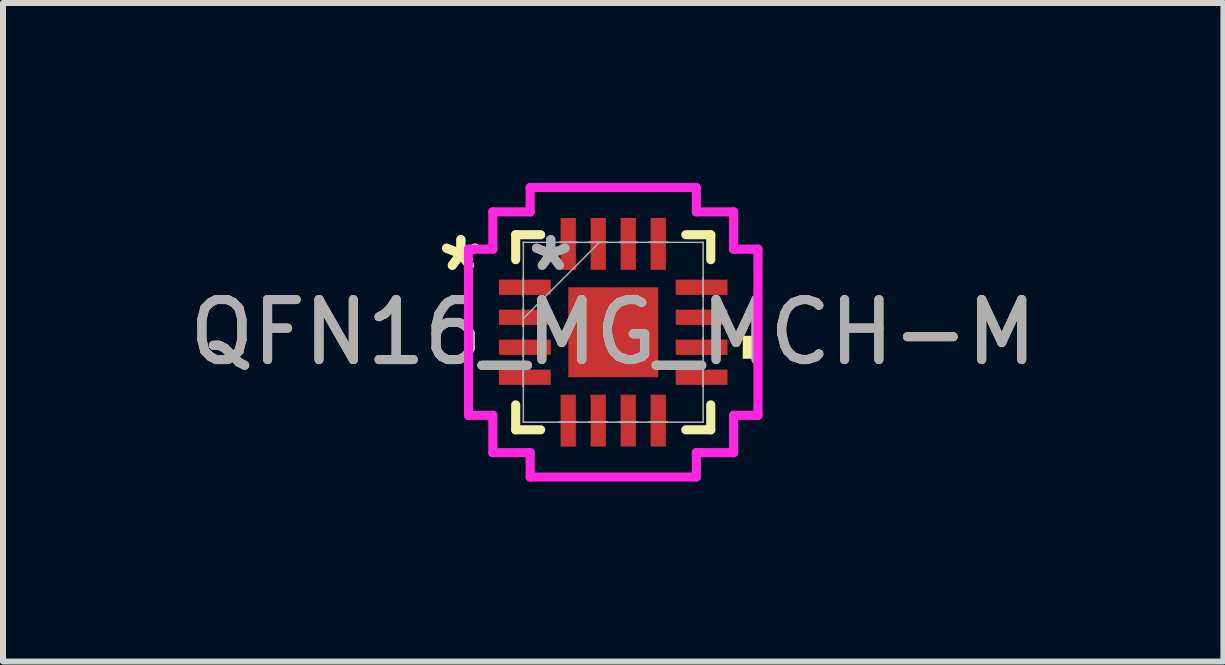
<source format=kicad_pcb>
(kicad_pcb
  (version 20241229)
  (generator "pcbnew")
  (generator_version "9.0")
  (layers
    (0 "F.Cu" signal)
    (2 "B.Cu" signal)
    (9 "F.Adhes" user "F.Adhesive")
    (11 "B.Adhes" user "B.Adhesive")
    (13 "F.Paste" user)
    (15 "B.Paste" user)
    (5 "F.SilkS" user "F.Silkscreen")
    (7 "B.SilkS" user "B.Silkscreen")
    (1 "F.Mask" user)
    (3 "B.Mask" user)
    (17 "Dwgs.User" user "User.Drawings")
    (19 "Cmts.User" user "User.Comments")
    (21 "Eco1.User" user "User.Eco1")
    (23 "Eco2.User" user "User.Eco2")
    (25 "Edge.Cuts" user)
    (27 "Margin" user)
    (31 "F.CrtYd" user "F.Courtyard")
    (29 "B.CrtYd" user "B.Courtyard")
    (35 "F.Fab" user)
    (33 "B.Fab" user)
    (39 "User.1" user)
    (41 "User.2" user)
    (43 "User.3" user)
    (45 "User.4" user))
  (footprint "QFN16_MG_MCH-M"
    (layer "F.Cu")
    (at 7.173 2.489)
    (property "Reference" "QFN16_MG_MCH-M" (at 0 0 0) (unlocked yes) (layer "F.SilkS") (effects (font (size 1 1) (thickness 0.15))))
    (attr smd)
    (fp_line (start -1.626 -1.626) (end -1.626 -1.21) (stroke (width 0.152) (type solid)) (layer "F.SilkS"))
    (fp_line (start -1.626 1.21) (end -1.626 1.626) (stroke (width 0.152) (type solid)) (layer "F.SilkS"))
    (fp_line (start -1.626 1.626) (end -1.21 1.626) (stroke (width 0.152) (type solid)) (layer "F.SilkS"))
    (fp_line (start -1.21 -1.626) (end -1.626 -1.626) (stroke (width 0.152) (type solid)) (layer "F.SilkS"))
    (fp_line (start 1.21 1.626) (end 1.626 1.626) (stroke (width 0.152) (type solid)) (layer "F.SilkS"))
    (fp_line (start 1.626 -1.626) (end 1.21 -1.626) (stroke (width 0.152) (type solid)) (layer "F.SilkS"))
    (fp_line (start 1.626 -1.21) (end 1.626 -1.626) (stroke (width 0.152) (type solid)) (layer "F.SilkS"))
    (fp_line (start 1.626 1.626) (end 1.626 1.21) (stroke (width 0.152) (type solid)) (layer "F.SilkS"))
    (fp_poly (pts (xy 2.413 0.059) (xy 2.413 0.441) (xy 2.159 0.441) (xy 2.159 0.059)) (stroke (width 0) (type solid)) (fill yes) (layer "F.SilkS"))
    (fp_line (start -2.413 -1.385) (end -2.007 -1.385) (stroke (width 0.152) (type solid)) (layer "F.CrtYd"))
    (fp_line (start -2.413 1.385) (end -2.413 -1.385) (stroke (width 0.152) (type solid)) (layer "F.CrtYd"))
    (fp_line (start -2.007 -2.007) (end -1.385 -2.007) (stroke (width 0.152) (type solid)) (layer "F.CrtYd"))
    (fp_line (start -2.007 -1.385) (end -2.007 -2.007) (stroke (width 0.152) (type solid)) (layer "F.CrtYd"))
    (fp_line (start -2.007 1.385) (end -2.413 1.385) (stroke (width 0.152) (type solid)) (layer "F.CrtYd"))
    (fp_line (start -2.007 2.007) (end -2.007 1.385) (stroke (width 0.152) (type solid)) (layer "F.CrtYd"))
    (fp_line (start -1.385 -2.413) (end 1.385 -2.413) (stroke (width 0.152) (type solid)) (layer "F.CrtYd"))
    (fp_line (start -1.385 -2.007) (end -1.385 -2.413) (stroke (width 0.152) (type solid)) (layer "F.CrtYd"))
    (fp_line (start -1.385 2.007) (end -2.007 2.007) (stroke (width 0.152) (type solid)) (layer "F.CrtYd"))
    (fp_line (start -1.385 2.413) (end -1.385 2.007) (stroke (width 0.152) (type solid)) (layer "F.CrtYd"))
    (fp_line (start 1.385 -2.413) (end 1.385 -2.007) (stroke (width 0.152) (type solid)) (layer "F.CrtYd"))
    (fp_line (start 1.385 -2.007) (end 2.007 -2.007) (stroke (width 0.152) (type solid)) (layer "F.CrtYd"))
    (fp_line (start 1.385 2.007) (end 1.385 2.413) (stroke (width 0.152) (type solid)) (layer "F.CrtYd"))
    (fp_line (start 1.385 2.413) (end -1.385 2.413) (stroke (width 0.152) (type solid)) (layer "F.CrtYd"))
    (fp_line (start 2.007 -2.007) (end 2.007 -1.385) (stroke (width 0.152) (type solid)) (layer "F.CrtYd"))
    (fp_line (start 2.007 -1.385) (end 2.413 -1.385) (stroke (width 0.152) (type solid)) (layer "F.CrtYd"))
    (fp_line (start 2.007 1.385) (end 2.007 2.007) (stroke (width 0.152) (type solid)) (layer "F.CrtYd"))
    (fp_line (start 2.007 2.007) (end 1.385 2.007) (stroke (width 0.152) (type solid)) (layer "F.CrtYd"))
    (fp_line (start 2.413 -1.385) (end 2.413 1.385) (stroke (width 0.152) (type solid)) (layer "F.CrtYd"))
    (fp_line (start 2.413 1.385) (end 2.007 1.385) (stroke (width 0.152) (type solid)) (layer "F.CrtYd"))
    (fp_line (start -1.499 -1.499) (end -1.499 -1.499) (stroke (width 0.025) (type solid)) (layer "F.Fab"))
    (fp_line (start -1.499 -1.499) (end -1.499 1.499) (stroke (width 0.025) (type solid)) (layer "F.Fab"))
    (fp_line (start -1.499 -0.902) (end -1.499 -0.902) (stroke (width 0.025) (type solid)) (layer "F.Fab"))
    (fp_line (start -1.499 -0.902) (end -1.499 -0.598) (stroke (width 0.025) (type solid)) (layer "F.Fab"))
    (fp_line (start -1.499 -0.598) (end -1.499 -0.902) (stroke (width 0.025) (type solid)) (layer "F.Fab"))
    (fp_line (start -1.499 -0.598) (end -1.499 -0.598) (stroke (width 0.025) (type solid)) (layer "F.Fab"))
    (fp_line (start -1.499 -0.402) (end -1.499 -0.402) (stroke (width 0.025) (type solid)) (layer "F.Fab"))
    (fp_line (start -1.499 -0.402) (end -1.499 -0.098) (stroke (width 0.025) (type solid)) (layer "F.Fab"))
    (fp_line (start -1.499 -0.229) (end -0.229 -1.499) (stroke (width 0.025) (type solid)) (layer "F.Fab"))
    (fp_line (start -1.499 -0.098) (end -1.499 -0.402) (stroke (width 0.025) (type solid)) (layer "F.Fab"))
    (fp_line (start -1.499 -0.098) (end -1.499 -0.098) (stroke (width 0.025) (type solid)) (layer "F.Fab"))
    (fp_line (start -1.499 0.098) (end -1.499 0.098) (stroke (width 0.025) (type solid)) (layer "F.Fab"))
    (fp_line (start -1.499 0.098) (end -1.499 0.402) (stroke (width 0.025) (type solid)) (layer "F.Fab"))
    (fp_line (start -1.499 0.402) (end -1.499 0.098) (stroke (width 0.025) (type solid)) (layer "F.Fab"))
    (fp_line (start -1.499 0.402) (end -1.499 0.402) (stroke (width 0.025) (type solid)) (layer "F.Fab"))
    (fp_line (start -1.499 0.598) (end -1.499 0.598) (stroke (width 0.025) (type solid)) (layer "F.Fab"))
    (fp_line (start -1.499 0.598) (end -1.499 0.902) (stroke (width 0.025) (type solid)) (layer "F.Fab"))
    (fp_line (start -1.499 0.902) (end -1.499 0.598) (stroke (width 0.025) (type solid)) (layer "F.Fab"))
    (fp_line (start -1.499 0.902) (end -1.499 0.902) (stroke (width 0.025) (type solid)) (layer "F.Fab"))
    (fp_line (start -1.499 1.499) (end -1.499 1.499) (stroke (width 0.025) (type solid)) (layer "F.Fab"))
    (fp_line (start -1.499 1.499) (end 1.499 1.499) (stroke (width 0.025) (type solid)) (layer "F.Fab"))
    (fp_line (start -0.902 -1.499) (end -0.902 -1.499) (stroke (width 0.025) (type solid)) (layer "F.Fab"))
    (fp_line (start -0.902 -1.499) (end -0.598 -1.499) (stroke (width 0.025) (type solid)) (layer "F.Fab"))
    (fp_line (start -0.902 1.499) (end -0.902 1.499) (stroke (width 0.025) (type solid)) (layer "F.Fab"))
    (fp_line (start -0.902 1.499) (end -0.598 1.499) (stroke (width 0.025) (type solid)) (layer "F.Fab"))
    (fp_line (start -0.598 -1.499) (end -0.902 -1.499) (stroke (width 0.025) (type solid)) (layer "F.Fab"))
    (fp_line (start -0.598 -1.499) (end -0.598 -1.499) (stroke (width 0.025) (type solid)) (layer "F.Fab"))
    (fp_line (start -0.598 1.499) (end -0.902 1.499) (stroke (width 0.025) (type solid)) (layer "F.Fab"))
    (fp_line (start -0.598 1.499) (end -0.598 1.499) (stroke (width 0.025) (type solid)) (layer "F.Fab"))
    (fp_line (start -0.402 -1.499) (end -0.402 -1.499) (stroke (width 0.025) (type solid)) (layer "F.Fab"))
    (fp_line (start -0.402 -1.499) (end -0.098 -1.499) (stroke (width 0.025) (type solid)) (layer "F.Fab"))
    (fp_line (start -0.402 1.499) (end -0.402 1.499) (stroke (width 0.025) (type solid)) (layer "F.Fab"))
    (fp_line (start -0.402 1.499) (end -0.098 1.499) (stroke (width 0.025) (type solid)) (layer "F.Fab"))
    (fp_line (start -0.098 -1.499) (end -0.402 -1.499) (stroke (width 0.025) (type solid)) (layer "F.Fab"))
    (fp_line (start -0.098 -1.499) (end -0.098 -1.499) (stroke (width 0.025) (type solid)) (layer "F.Fab"))
    (fp_line (start -0.098 1.499) (end -0.402 1.499) (stroke (width 0.025) (type solid)) (layer "F.Fab"))
    (fp_line (start -0.098 1.499) (end -0.098 1.499) (stroke (width 0.025) (type solid)) (layer "F.Fab"))
    (fp_line (start 0.098 -1.499) (end 0.098 -1.499) (stroke (width 0.025) (type solid)) (layer "F.Fab"))
    (fp_line (start 0.098 -1.499) (end 0.402 -1.499) (stroke (width 0.025) (type solid)) (layer "F.Fab"))
    (fp_line (start 0.098 1.499) (end 0.098 1.499) (stroke (width 0.025) (type solid)) (layer "F.Fab"))
    (fp_line (start 0.098 1.499) (end 0.402 1.499) (stroke (width 0.025) (type solid)) (layer "F.Fab"))
    (fp_line (start 0.402 -1.499) (end 0.098 -1.499) (stroke (width 0.025) (type solid)) (layer "F.Fab"))
    (fp_line (start 0.402 -1.499) (end 0.402 -1.499) (stroke (width 0.025) (type solid)) (layer "F.Fab"))
    (fp_line (start 0.402 1.499) (end 0.098 1.499) (stroke (width 0.025) (type solid)) (layer "F.Fab"))
    (fp_line (start 0.402 1.499) (end 0.402 1.499) (stroke (width 0.025) (type solid)) (layer "F.Fab"))
    (fp_line (start 0.598 -1.499) (end 0.598 -1.499) (stroke (width 0.025) (type solid)) (layer "F.Fab"))
    (fp_line (start 0.598 -1.499) (end 0.902 -1.499) (stroke (width 0.025) (type solid)) (layer "F.Fab"))
    (fp_line (start 0.598 1.499) (end 0.598 1.499) (stroke (width 0.025) (type solid)) (layer "F.Fab"))
    (fp_line (start 0.598 1.499) (end 0.902 1.499) (stroke (width 0.025) (type solid)) (layer "F.Fab"))
    (fp_line (start 0.902 -1.499) (end 0.598 -1.499) (stroke (width 0.025) (type solid)) (layer "F.Fab"))
    (fp_line (start 0.902 -1.499) (end 0.902 -1.499) (stroke (width 0.025) (type solid)) (layer "F.Fab"))
    (fp_line (start 0.902 1.499) (end 0.598 1.499) (stroke (width 0.025) (type solid)) (layer "F.Fab"))
    (fp_line (start 0.902 1.499) (end 0.902 1.499) (stroke (width 0.025) (type solid)) (layer "F.Fab"))
    (fp_line (start 1.499 -1.499) (end -1.499 -1.499) (stroke (width 0.025) (type solid)) (layer "F.Fab"))
    (fp_line (start 1.499 -1.499) (end 1.499 -1.499) (stroke (width 0.025) (type solid)) (layer "F.Fab"))
    (fp_line (start 1.499 -0.902) (end 1.499 -0.902) (stroke (width 0.025) (type solid)) (layer "F.Fab"))
    (fp_line (start 1.499 -0.902) (end 1.499 -0.598) (stroke (width 0.025) (type solid)) (layer "F.Fab"))
    (fp_line (start 1.499 -0.598) (end 1.499 -0.902) (stroke (width 0.025) (type solid)) (layer "F.Fab"))
    (fp_line (start 1.499 -0.598) (end 1.499 -0.598) (stroke (width 0.025) (type solid)) (layer "F.Fab"))
    (fp_line (start 1.499 -0.402) (end 1.499 -0.402) (stroke (width 0.025) (type solid)) (layer "F.Fab"))
    (fp_line (start 1.499 -0.402) (end 1.499 -0.098) (stroke (width 0.025) (type solid)) (layer "F.Fab"))
    (fp_line (start 1.499 -0.098) (end 1.499 -0.402) (stroke (width 0.025) (type solid)) (layer "F.Fab"))
    (fp_line (start 1.499 -0.098) (end 1.499 -0.098) (stroke (width 0.025) (type solid)) (layer "F.Fab"))
    (fp_line (start 1.499 0.098) (end 1.499 0.098) (stroke (width 0.025) (type solid)) (layer "F.Fab"))
    (fp_line (start 1.499 0.098) (end 1.499 0.402) (stroke (width 0.025) (type solid)) (layer "F.Fab"))
    (fp_line (start 1.499 0.402) (end 1.499 0.098) (stroke (width 0.025) (type solid)) (layer "F.Fab"))
    (fp_line (start 1.499 0.402) (end 1.499 0.402) (stroke (width 0.025) (type solid)) (layer "F.Fab"))
    (fp_line (start 1.499 0.598) (end 1.499 0.598) (stroke (width 0.025) (type solid)) (layer "F.Fab"))
    (fp_line (start 1.499 0.598) (end 1.499 0.902) (stroke (width 0.025) (type solid)) (layer "F.Fab"))
    (fp_line (start 1.499 0.902) (end 1.499 0.598) (stroke (width 0.025) (type solid)) (layer "F.Fab"))
    (fp_line (start 1.499 0.902) (end 1.499 0.902) (stroke (width 0.025) (type solid)) (layer "F.Fab"))
    (fp_line (start 1.499 1.499) (end 1.499 -1.499) (stroke (width 0.025) (type solid)) (layer "F.Fab"))
    (fp_line (start 1.499 1.499) (end 1.499 1.499) (stroke (width 0.025) (type solid)) (layer "F.Fab"))
    (fp_text user "*" (at -2.54 -1 0) (layer "F.SilkS") (effects (font (size 1 1) (thickness 0.15))))
    (fp_text user "*" (at -2.54 -1 0) (unlocked yes) (layer "F.SilkS") (effects (font (size 1 1) (thickness 0.15))))
    (fp_text user "*" (at -1.041 -1 0) (unlocked yes) (layer "F.Fab") (effects (font (size 1 1) (thickness 0.15))))
    (fp_text user "*" (at -1.041 -1 0) (layer "F.Fab") (effects (font (size 1 1) (thickness 0.15))))
    (fp_text user "${REFERENCE}" (at 0 0 0) (unlocked yes) (layer "F.Fab") (effects (font (size 1 1) (thickness 0.15))))
    (pad "1" smd rect (at -1.473 -0.75 90) (size 0.254 0.864) (layers "F.Cu" "F.Mask" "F.Paste"))
    (pad "2" smd rect (at -1.473 -0.25 90) (size 0.254 0.864) (layers "F.Cu" "F.Mask" "F.Paste"))
    (pad "3" smd rect (at -1.473 0.25 90) (size 0.254 0.864) (layers "F.Cu" "F.Mask" "F.Paste"))
    (pad "4" smd rect (at -1.473 0.75 90) (size 0.254 0.864) (layers "F.Cu" "F.Mask" "F.Paste"))
    (pad "5" smd rect (at -0.75 1.473) (size 0.254 0.864) (layers "F.Cu" "F.Mask" "F.Paste"))
    (pad "6" smd rect (at -0.25 1.473) (size 0.254 0.864) (layers "F.Cu" "F.Mask" "F.Paste"))
    (pad "7" smd rect (at 0.25 1.473) (size 0.254 0.864) (layers "F.Cu" "F.Mask" "F.Paste"))
    (pad "8" smd rect (at 0.75 1.473) (size 0.254 0.864) (layers "F.Cu" "F.Mask" "F.Paste"))
    (pad "9" smd rect (at 1.473 0.75 90) (size 0.254 0.864) (layers "F.Cu" "F.Mask" "F.Paste"))
    (pad "10" smd rect (at 1.473 0.25 90) (size 0.254 0.864) (layers "F.Cu" "F.Mask" "F.Paste"))
    (pad "11" smd rect (at 1.473 -0.25 90) (size 0.254 0.864) (layers "F.Cu" "F.Mask" "F.Paste"))
    (pad "12" smd rect (at 1.473 -0.75 90) (size 0.254 0.864) (layers "F.Cu" "F.Mask" "F.Paste"))
    (pad "13" smd rect (at 0.75 -1.473) (size 0.254 0.864) (layers "F.Cu" "F.Mask" "F.Paste"))
    (pad "14" smd rect (at 0.25 -1.473) (size 0.254 0.864) (layers "F.Cu" "F.Mask" "F.Paste"))
    (pad "15" smd rect (at -0.25 -1.473) (size 0.254 0.864) (layers "F.Cu" "F.Mask" "F.Paste"))
    (pad "16" smd rect (at -0.75 -1.473) (size 0.254 0.864) (layers "F.Cu" "F.Mask" "F.Paste"))
    (pad "17" smd rect (at 0 0) (size 1.499 1.499) (layers "F.Cu" "F.Mask" "F.Paste")))
  (gr_rect
    (start -3 -3)
    (end 17.345 7.978)
    (stroke (width 0.1) (type default))
    (fill no)
    (layer "Edge.Cuts")))
</source>
